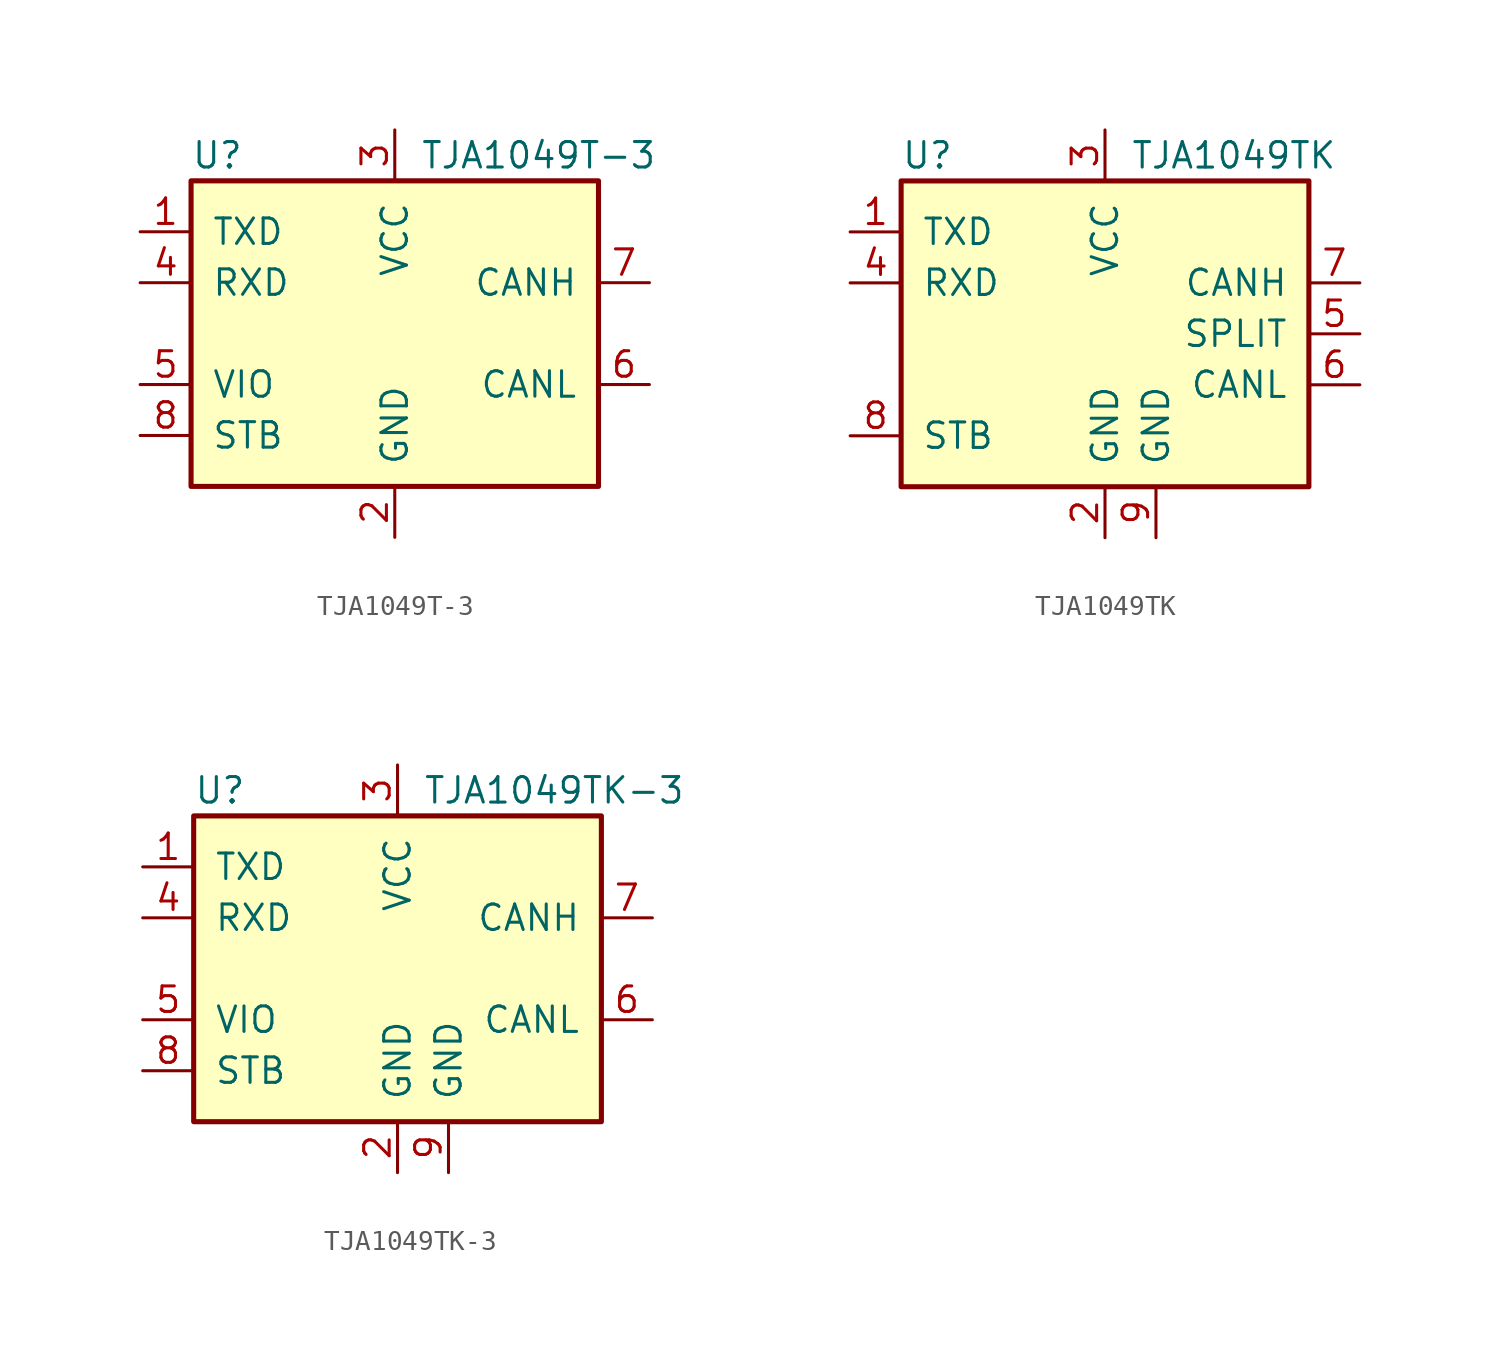
<source format=kicad_sym>
(kicad_symbol_lib
  (version 20211014)
  (generator kicad_symbol_editor)
  (symbol "TJA1049T-3"
    (pin_names
      (offset 1.016))
    (property "Reference" "U"
      (at -10.16 8.89 0)
      (effects (font (size 1.27 1.27)) (justify left)))
    (property "Value" "TJA1049T-3"
      (at 1.27 8.89 0)
      (effects (font (size 1.27 1.27)) (justify left)))
    (symbol "TJA1049T-3_0_1"
      (rectangle (start -10.16 7.62) (end 10.16 -7.62) (stroke (width 0.254) (type default) (color 0 0 0 0)) (fill (type background))))
    (symbol "TJA1049T-3_1_1"
      (pin input line (at -12.7 5.08 0) (length 2.54) (name "TXD" (effects (font (size 1.27 1.27)))) (number "1" (effects (font (size 1.27 1.27)))))
      (pin power_in line (at 0 -10.16 90) (length 2.54) (name "GND" (effects (font (size 1.27 1.27)))) (number "2" (effects (font (size 1.27 1.27)))))
      (pin power_in line (at 0 10.16 270) (length 2.54) (name "VCC" (effects (font (size 1.27 1.27)))) (number "3" (effects (font (size 1.27 1.27)))))
      (pin output line (at -12.7 2.54 0) (length 2.54) (name "RXD" (effects (font (size 1.27 1.27)))) (number "4" (effects (font (size 1.27 1.27)))))
      (pin power_in line (at -12.7 -2.54 0) (length 2.54) (name "VIO" (effects (font (size 1.27 1.27)))) (number "5" (effects (font (size 1.27 1.27)))))
      (pin bidirectional line (at 12.7 -2.54 180) (length 2.54) (name "CANL" (effects (font (size 1.27 1.27)))) (number "6" (effects (font (size 1.27 1.27)))))
      (pin bidirectional line (at 12.7 2.54 180) (length 2.54) (name "CANH" (effects (font (size 1.27 1.27)))) (number "7" (effects (font (size 1.27 1.27)))))
      (pin input line (at -12.7 -5.08 0) (length 2.54) (name "STB" (effects (font (size 1.27 1.27)))) (number "8" (effects (font (size 1.27 1.27)))))))
  (symbol "TJA1049TK"
    (pin_names
      (offset 1.016))
    (property "Reference" "U"
      (at -10.16 8.89 0)
      (effects (font (size 1.27 1.27)) (justify left)))
    (property "Value" "TJA1049TK"
      (at 1.27 8.89 0)
      (effects (font (size 1.27 1.27)) (justify left)))
    (symbol "TJA1049TK_0_1"
      (rectangle (start -10.16 7.62) (end 10.16 -7.62) (stroke (width 0.254) (type default) (color 0 0 0 0)) (fill (type background))))
    (symbol "TJA1049TK_1_1"
      (pin input line (at -12.7 5.08 0) (length 2.54) (name "TXD" (effects (font (size 1.27 1.27)))) (number "1" (effects (font (size 1.27 1.27)))))
      (pin power_in line (at 0 -10.16 90) (length 2.54) (name "GND" (effects (font (size 1.27 1.27)))) (number "2" (effects (font (size 1.27 1.27)))))
      (pin power_in line (at 0 10.16 270) (length 2.54) (name "VCC" (effects (font (size 1.27 1.27)))) (number "3" (effects (font (size 1.27 1.27)))))
      (pin output line (at -12.7 2.54 0) (length 2.54) (name "RXD" (effects (font (size 1.27 1.27)))) (number "4" (effects (font (size 1.27 1.27)))))
      (pin power_out line (at 12.7 0 180) (length 2.54) (name "SPLIT" (effects (font (size 1.27 1.27)))) (number "5" (effects (font (size 1.27 1.27)))))
      (pin bidirectional line (at 12.7 -2.54 180) (length 2.54) (name "CANL" (effects (font (size 1.27 1.27)))) (number "6" (effects (font (size 1.27 1.27)))))
      (pin bidirectional line (at 12.7 2.54 180) (length 2.54) (name "CANH" (effects (font (size 1.27 1.27)))) (number "7" (effects (font (size 1.27 1.27)))))
      (pin input line (at -12.7 -5.08 0) (length 2.54) (name "STB" (effects (font (size 1.27 1.27)))) (number "8" (effects (font (size 1.27 1.27)))))
      (pin power_in line (at 2.54 -10.16 90) (length 2.54) (name "GND" (effects (font (size 1.27 1.27)))) (number "9" (effects (font (size 1.27 1.27)))))))
  (symbol "TJA1049TK-3"
    (pin_names
      (offset 1.016))
    (property "Reference" "U"
      (at -10.16 8.89 0)
      (effects (font (size 1.27 1.27)) (justify left)))
    (property "Value" "TJA1049TK-3"
      (at 1.27 8.89 0)
      (effects (font (size 1.27 1.27)) (justify left)))
    (symbol "TJA1049TK-3_0_1"
      (rectangle (start -10.16 7.62) (end 10.16 -7.62) (stroke (width 0.254) (type default) (color 0 0 0 0)) (fill (type background))))
    (symbol "TJA1049TK-3_1_1"
      (pin input line (at -12.7 5.08 0) (length 2.54) (name "TXD" (effects (font (size 1.27 1.27)))) (number "1" (effects (font (size 1.27 1.27)))))
      (pin power_in line (at 0 -10.16 90) (length 2.54) (name "GND" (effects (font (size 1.27 1.27)))) (number "2" (effects (font (size 1.27 1.27)))))
      (pin power_in line (at 0 10.16 270) (length 2.54) (name "VCC" (effects (font (size 1.27 1.27)))) (number "3" (effects (font (size 1.27 1.27)))))
      (pin output line (at -12.7 2.54 0) (length 2.54) (name "RXD" (effects (font (size 1.27 1.27)))) (number "4" (effects (font (size 1.27 1.27)))))
      (pin power_in line (at -12.7 -2.54 0) (length 2.54) (name "VIO" (effects (font (size 1.27 1.27)))) (number "5" (effects (font (size 1.27 1.27)))))
      (pin bidirectional line (at 12.7 -2.54 180) (length 2.54) (name "CANL" (effects (font (size 1.27 1.27)))) (number "6" (effects (font (size 1.27 1.27)))))
      (pin bidirectional line (at 12.7 2.54 180) (length 2.54) (name "CANH" (effects (font (size 1.27 1.27)))) (number "7" (effects (font (size 1.27 1.27)))))
      (pin input line (at -12.7 -5.08 0) (length 2.54) (name "STB" (effects (font (size 1.27 1.27)))) (number "8" (effects (font (size 1.27 1.27)))))
      (pin power_in line (at 2.54 -10.16 90) (length 2.54) (name "GND" (effects (font (size 1.27 1.27)))) (number "9" (effects (font (size 1.27 1.27))))))))
</source>
